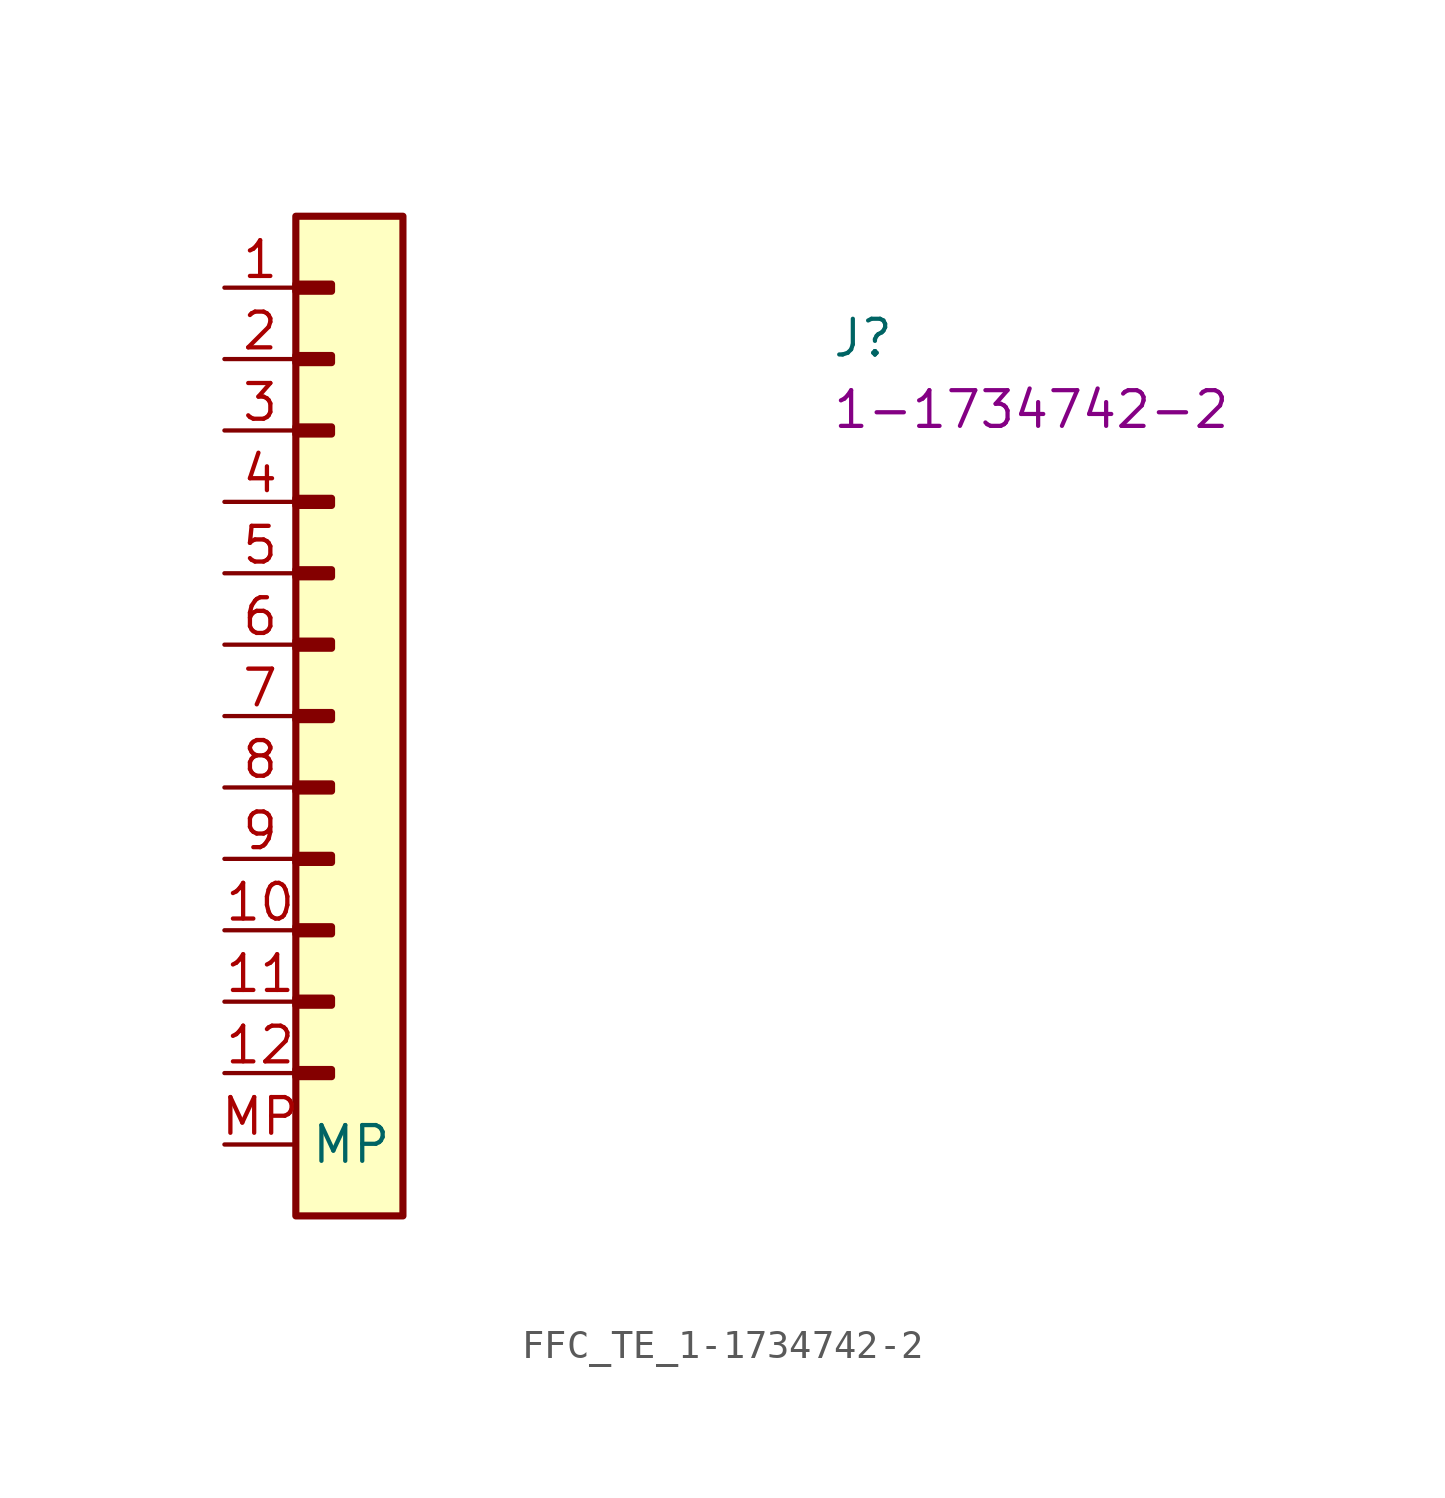
<source format=kicad_sym>
(kicad_symbol_lib
  (version 20220914)
  (generator kicad_symbol_editor)
  (symbol "FFC_TE_1-1734742-2"
    (property "Reference" "J"
      (at 21.59 -2.54 0)
      (effects (font (size 1.27 1.27) (thickness 0.15)) (justify left bottom)))
    (property "MPN" "1-1734742-2"
      (at 21.59 -5.08 0)
      (effects (font (size 1.27 1.27) (thickness 0.15)) (justify left bottom)))
    (symbol "FFC_TE_1-1734742-2_1_1"
      (rectangle (start 2.54 -27.813) (end 3.81 -28.067) (stroke (width 0.254) (type default)) (fill (type background)))
      (rectangle (start 2.54 -25.273) (end 3.81 -25.527) (stroke (width 0.254) (type default)) (fill (type background)))
      (rectangle (start 2.54 -22.733) (end 3.81 -22.987) (stroke (width 0.254) (type default)) (fill (type background)))
      (rectangle (start 2.54 -20.193) (end 3.81 -20.447) (stroke (width 0.254) (type default)) (fill (type background)))
      (rectangle (start 2.54 -17.653) (end 3.81 -17.907) (stroke (width 0.254) (type default)) (fill (type background)))
      (rectangle (start 2.54 -15.113) (end 3.81 -15.367) (stroke (width 0.254) (type default)) (fill (type background)))
      (rectangle (start 2.54 -12.573) (end 3.81 -12.827) (stroke (width 0.254) (type default)) (fill (type background)))
      (rectangle (start 2.54 -10.033) (end 3.81 -10.287) (stroke (width 0.254) (type default)) (fill (type background)))
      (rectangle (start 2.54 -7.493) (end 3.81 -7.747) (stroke (width 0.254) (type default)) (fill (type background)))
      (rectangle (start 2.54 -4.953) (end 3.81 -5.207) (stroke (width 0.254) (type default)) (fill (type background)))
      (rectangle (start 2.54 -2.413) (end 3.81 -2.667) (stroke (width 0.254) (type default)) (fill (type background)))
      (rectangle (start 2.54 0.127) (end 3.81 -0.127) (stroke (width 0.254) (type default)) (fill (type background)))
      (rectangle (start 2.54 2.54) (end 6.35 -33.02) (stroke (width 0.254) (type default)) (fill (type background)))
      (pin passive line (at 0 0 0) (length 2.54) (name "~" (effects (font (size 1.27 1.27)))) (number "1" (effects (font (size 1.27 1.27)))))
      (pin passive line (at 0 -22.86 0) (length 2.54) (name "~" (effects (font (size 1.27 1.27)))) (number "10" (effects (font (size 1.27 1.27)))))
      (pin passive line (at 0 -25.4 0) (length 2.54) (name "~" (effects (font (size 1.27 1.27)))) (number "11" (effects (font (size 1.27 1.27)))))
      (pin passive line (at 0 -27.94 0) (length 2.54) (name "~" (effects (font (size 1.27 1.27)))) (number "12" (effects (font (size 1.27 1.27)))))
      (pin passive line (at 0 -2.54 0) (length 2.54) (name "~" (effects (font (size 1.27 1.27)))) (number "2" (effects (font (size 1.27 1.27)))))
      (pin passive line (at 0 -5.08 0) (length 2.54) (name "~" (effects (font (size 1.27 1.27)))) (number "3" (effects (font (size 1.27 1.27)))))
      (pin passive line (at 0 -7.62 0) (length 2.54) (name "~" (effects (font (size 1.27 1.27)))) (number "4" (effects (font (size 1.27 1.27)))))
      (pin passive line (at 0 -10.16 0) (length 2.54) (name "~" (effects (font (size 1.27 1.27)))) (number "5" (effects (font (size 1.27 1.27)))))
      (pin passive line (at 0 -12.7 0) (length 2.54) (name "~" (effects (font (size 1.27 1.27)))) (number "6" (effects (font (size 1.27 1.27)))))
      (pin passive line (at 0 -15.24 0) (length 2.54) (name "~" (effects (font (size 1.27 1.27)))) (number "7" (effects (font (size 1.27 1.27)))))
      (pin passive line (at 0 -17.78 0) (length 2.54) (name "~" (effects (font (size 1.27 1.27)))) (number "8" (effects (font (size 1.27 1.27)))))
      (pin passive line (at 0 -20.32 0) (length 2.54) (name "~" (effects (font (size 1.27 1.27)))) (number "9" (effects (font (size 1.27 1.27)))))
      (pin passive line (at 0 -30.48 0) (length 2.54) (name "MP" (effects (font (size 1.27 1.27)))) (number "MP" (effects (font (size 1.27 1.27))))))))
</source>
